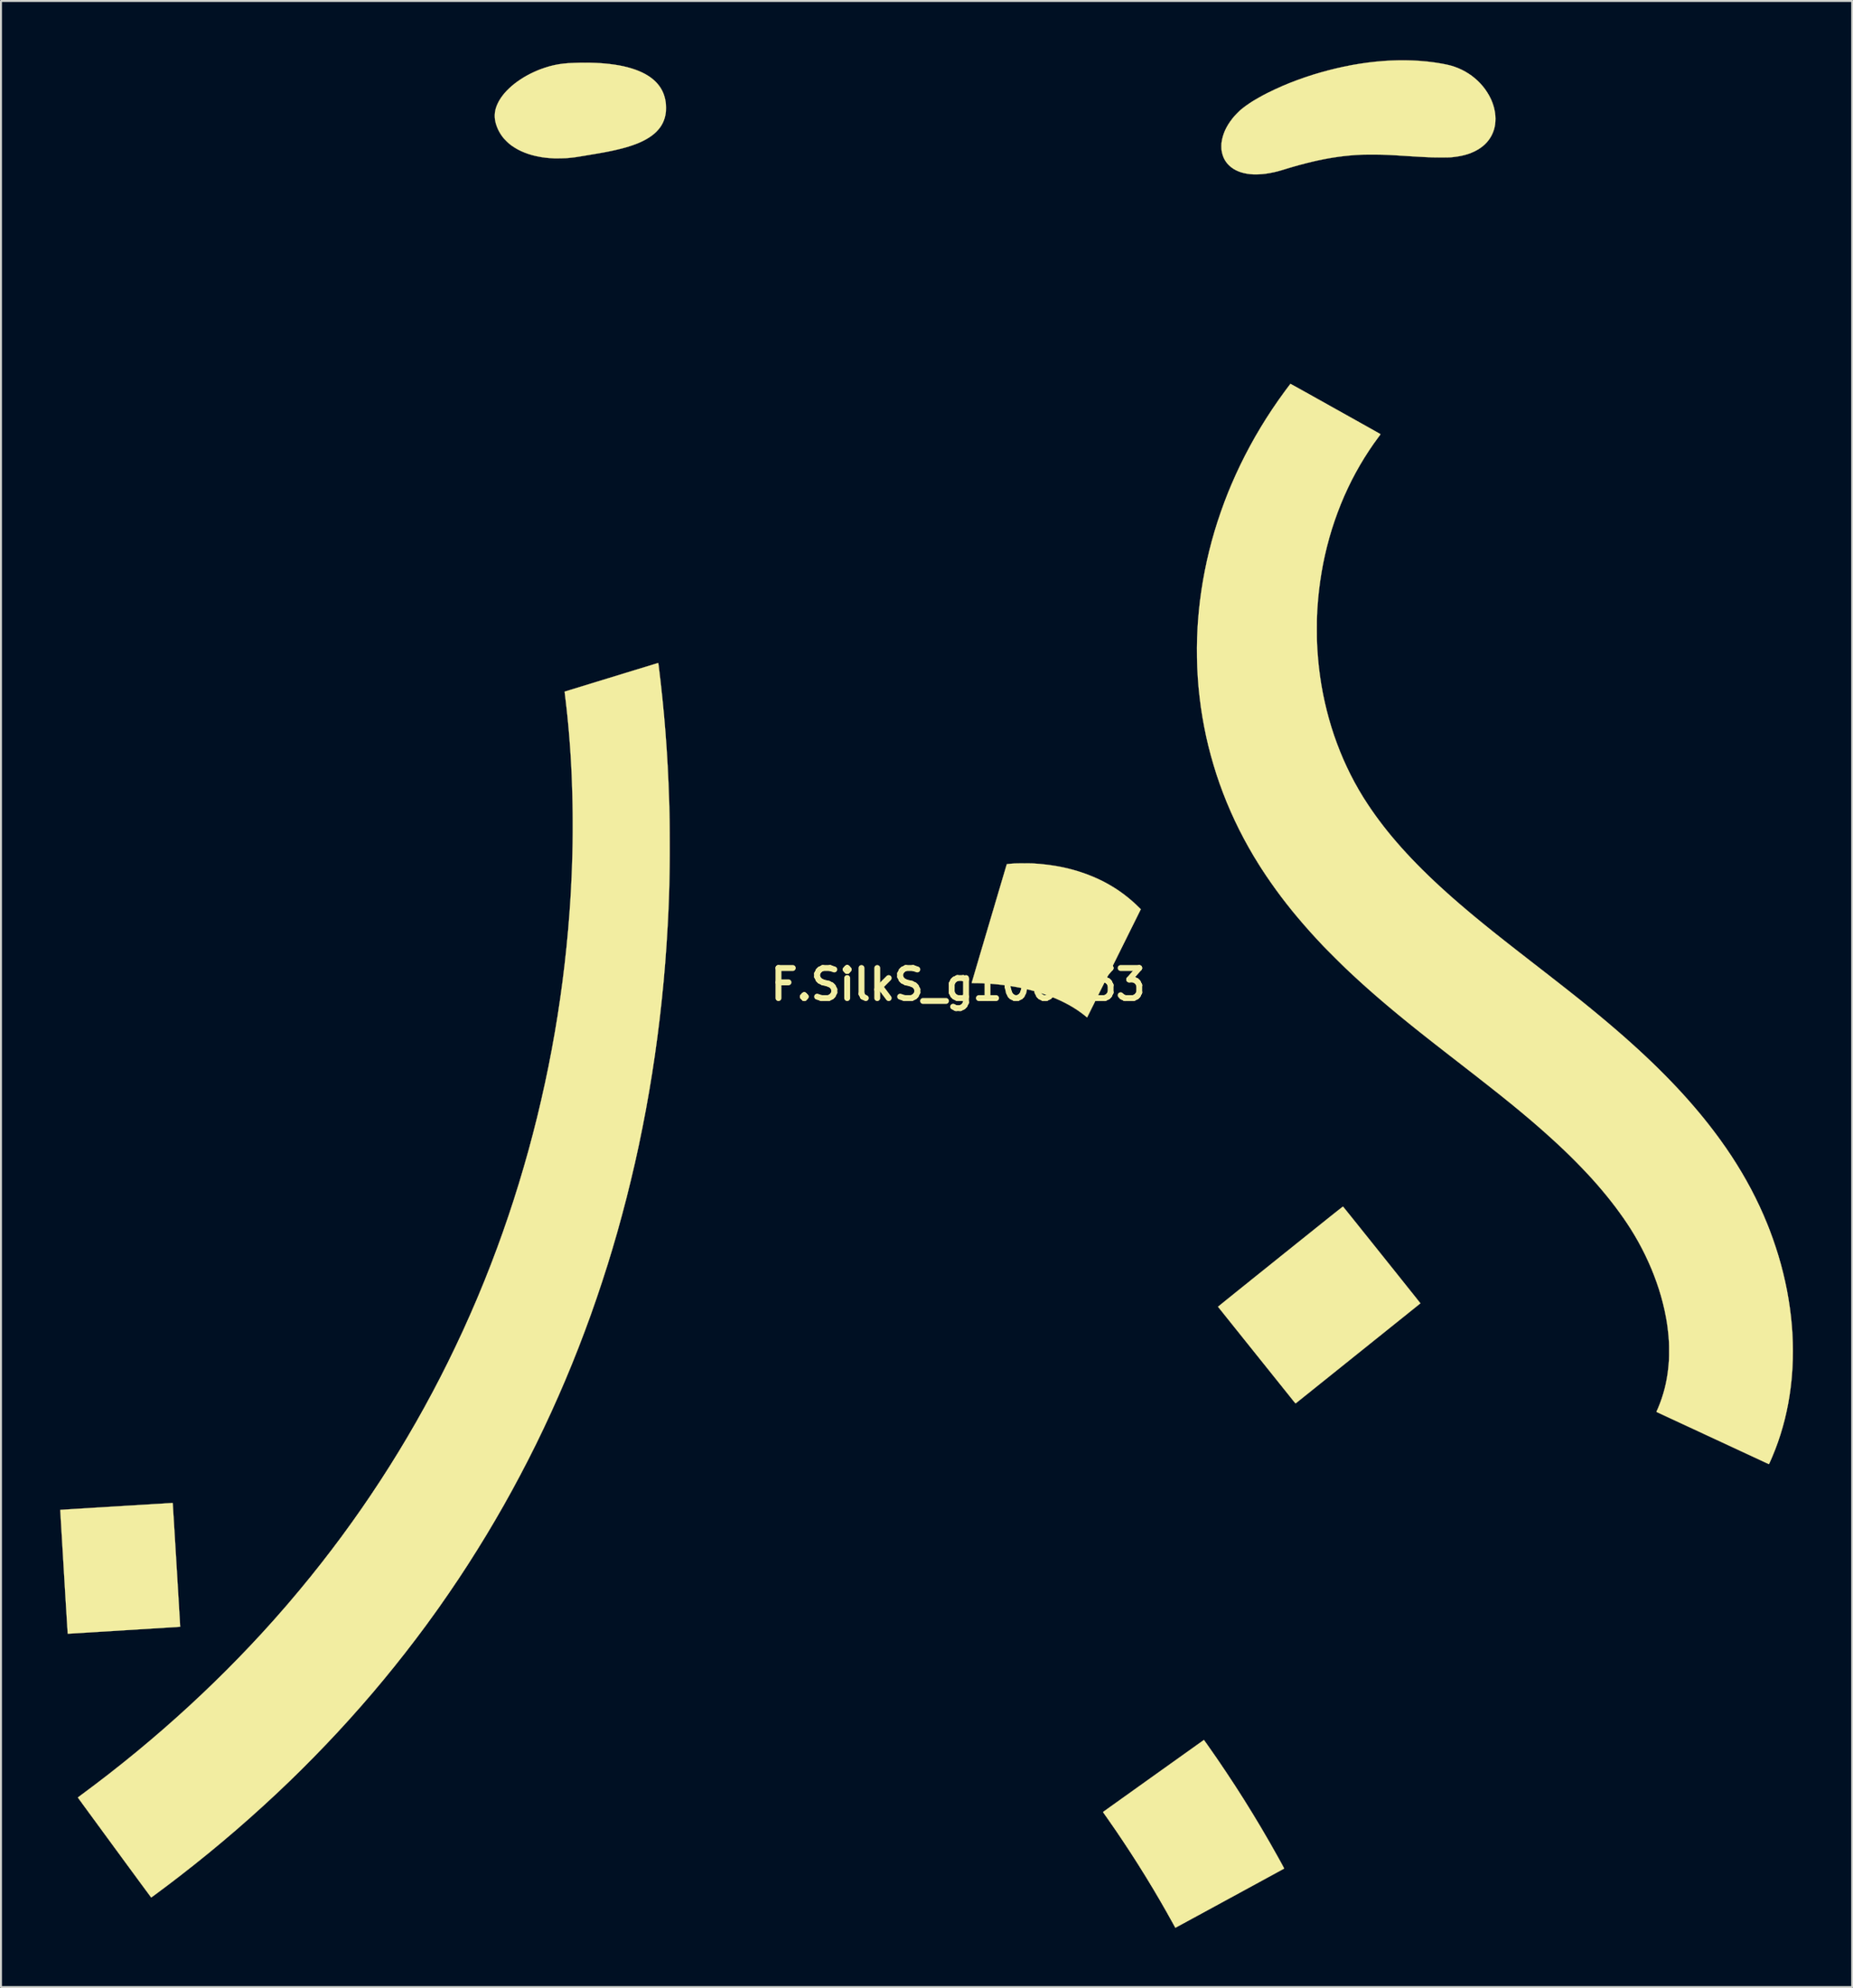
<source format=kicad_pcb>
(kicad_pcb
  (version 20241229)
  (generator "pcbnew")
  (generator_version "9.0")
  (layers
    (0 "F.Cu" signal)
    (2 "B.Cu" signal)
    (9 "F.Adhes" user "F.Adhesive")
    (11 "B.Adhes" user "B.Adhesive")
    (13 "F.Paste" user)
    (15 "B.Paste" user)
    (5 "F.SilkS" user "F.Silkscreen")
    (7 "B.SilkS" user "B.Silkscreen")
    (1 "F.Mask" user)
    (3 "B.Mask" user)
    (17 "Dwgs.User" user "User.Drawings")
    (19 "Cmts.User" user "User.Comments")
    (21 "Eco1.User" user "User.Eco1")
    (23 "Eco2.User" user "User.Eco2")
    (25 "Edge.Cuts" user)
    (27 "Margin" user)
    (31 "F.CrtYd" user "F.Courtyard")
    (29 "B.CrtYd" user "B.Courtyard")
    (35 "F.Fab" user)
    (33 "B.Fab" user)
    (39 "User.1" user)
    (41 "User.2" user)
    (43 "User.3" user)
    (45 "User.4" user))
  (footprint "F.SilkS_g100033"
    (layer "F.Cu")
    (at 45.518 46.829)
    (property "Reference" "F.SilkS_g100033" (at 0 0 0) (layer "F.SilkS") (effects (font (size 1.524 1.524) (thickness 0.3))))
    (attr through_hole)
    (fp_poly (pts (xy 3.497 -6.137) (xy 3.577 -6.137) (xy 3.653 -6.136) (xy 3.722 -6.134) (xy 3.783 -6.133) (xy 3.833 -6.13) (xy 3.858 -6.129) (xy 4.158 -6.106) (xy 4.449 -6.076) (xy 4.731 -6.039) (xy 5.007 -5.995) (xy 5.276 -5.944) (xy 5.54 -5.885) (xy 5.801 -5.818) (xy 6.059 -5.743) (xy 6.217 -5.692) (xy 6.514 -5.589) (xy 6.802 -5.476) (xy 7.082 -5.354) (xy 7.355 -5.222) (xy 7.619 -5.079) (xy 7.876 -4.927) (xy 8.126 -4.765) (xy 8.368 -4.593) (xy 8.604 -4.41) (xy 8.833 -4.217) (xy 9.055 -4.013) (xy 9.128 -3.942) (xy 9.26 -3.813) (xy 8.001 -1.276) (xy 7.916 -1.105) (xy 7.832 -0.936) (xy 7.749 -0.769) (xy 7.668 -0.605) (xy 7.588 -0.444) (xy 7.51 -0.287) (xy 7.434 -0.134) (xy 7.361 0.014) (xy 7.289 0.158) (xy 7.22 0.296) (xy 7.154 0.429) (xy 7.092 0.556) (xy 7.032 0.676) (xy 6.975 0.79) (xy 6.923 0.896) (xy 6.874 0.995) (xy 6.829 1.085) (xy 6.788 1.167) (xy 6.751 1.241) (xy 6.72 1.305) (xy 6.693 1.359) (xy 6.671 1.403) (xy 6.654 1.437) (xy 6.642 1.46) (xy 6.64 1.465) (xy 6.537 1.67) (xy 6.467 1.612) (xy 6.278 1.463) (xy 6.077 1.32) (xy 5.866 1.183) (xy 5.645 1.052) (xy 5.413 0.928) (xy 5.172 0.811) (xy 4.922 0.7) (xy 4.662 0.596) (xy 4.393 0.499) (xy 4.116 0.41) (xy 3.831 0.327) (xy 3.538 0.252) (xy 3.237 0.184) (xy 2.928 0.124) (xy 2.784 0.099) (xy 2.522 0.058) (xy 2.257 0.023) (xy 1.991 -0.007) (xy 1.727 -0.032) (xy 1.466 -0.05) (xy 1.21 -0.063) (xy 0.962 -0.069) (xy 0.849 -0.07) (xy 0.801 -0.07) (xy 0.76 -0.071) (xy 0.726 -0.072) (xy 0.702 -0.073) (xy 0.688 -0.075) (xy 0.686 -0.076) (xy 0.688 -0.082) (xy 0.693 -0.1) (xy 0.701 -0.13) (xy 0.713 -0.17) (xy 0.728 -0.221) (xy 0.746 -0.281) (xy 0.767 -0.351) (xy 0.79 -0.43) (xy 0.816 -0.518) (xy 0.844 -0.614) (xy 0.875 -0.717) (xy 0.907 -0.828) (xy 0.942 -0.946) (xy 0.979 -1.07) (xy 1.017 -1.199) (xy 1.057 -1.335) (xy 1.098 -1.475) (xy 1.141 -1.62) (xy 1.185 -1.769) (xy 1.23 -1.921) (xy 1.277 -2.077) (xy 1.323 -2.236) (xy 1.371 -2.397) (xy 1.419 -2.559) (xy 1.468 -2.724) (xy 1.517 -2.889) (xy 1.566 -3.054) (xy 1.615 -3.22) (xy 1.664 -3.386) (xy 1.712 -3.55) (xy 1.761 -3.714) (xy 1.809 -3.875) (xy 1.856 -4.035) (xy 1.902 -4.192) (xy 1.948 -4.346) (xy 1.993 -4.496) (xy 2.036 -4.643) (xy 2.078 -4.785) (xy 2.119 -4.922) (xy 2.158 -5.054) (xy 2.195 -5.18) (xy 2.231 -5.3) (xy 2.264 -5.413) (xy 2.296 -5.519) (xy 2.325 -5.618) (xy 2.352 -5.709) (xy 2.377 -5.791) (xy 2.398 -5.865) (xy 2.417 -5.929) (xy 2.434 -5.983) (xy 2.447 -6.027) (xy 2.457 -6.061) (xy 2.464 -6.083) (xy 2.467 -6.094) (xy 2.467 -6.095) (xy 2.475 -6.097) (xy 2.494 -6.1) (xy 2.522 -6.103) (xy 2.559 -6.107) (xy 2.602 -6.111) (xy 2.65 -6.116) (xy 2.702 -6.12) (xy 2.757 -6.125) (xy 2.772 -6.126) (xy 2.814 -6.128) (xy 2.867 -6.131) (xy 2.929 -6.133) (xy 3 -6.134) (xy 3.076 -6.136) (xy 3.157 -6.137) (xy 3.242 -6.137) (xy 3.328 -6.138) (xy 3.413 -6.138) (xy 3.497 -6.137)) (stroke (width 0.01) (type solid)) (fill yes) (layer "F.SilkS"))
    (fp_poly (pts (xy 12.463 38.283) (xy 12.474 38.297) (xy 12.491 38.32) (xy 12.513 38.35) (xy 12.539 38.386) (xy 12.569 38.427) (xy 12.601 38.472) (xy 12.622 38.502) (xy 13.109 39.2) (xy 13.584 39.902) (xy 14.048 40.606) (xy 14.5 41.314) (xy 14.942 42.028) (xy 15.374 42.747) (xy 15.797 43.473) (xy 16.211 44.206) (xy 16.427 44.598) (xy 16.451 44.643) (xy 16.473 44.684) (xy 16.492 44.721) (xy 16.508 44.751) (xy 16.518 44.774) (xy 16.524 44.788) (xy 16.525 44.792) (xy 16.519 44.796) (xy 16.503 44.805) (xy 16.476 44.82) (xy 16.439 44.84) (xy 16.392 44.865) (xy 16.337 44.896) (xy 16.273 44.931) (xy 16.2 44.97) (xy 16.12 45.014) (xy 16.032 45.062) (xy 15.937 45.113) (xy 15.836 45.169) (xy 15.728 45.227) (xy 15.615 45.289) (xy 15.496 45.354) (xy 15.372 45.421) (xy 15.244 45.491) (xy 15.111 45.563) (xy 14.974 45.638) (xy 14.835 45.714) (xy 14.692 45.791) (xy 14.547 45.87) (xy 14.399 45.951) (xy 14.25 46.032) (xy 14.1 46.114) (xy 13.949 46.196) (xy 13.797 46.278) (xy 13.645 46.361) (xy 13.494 46.443) (xy 13.343 46.525) (xy 13.193 46.607) (xy 13.045 46.687) (xy 12.899 46.767) (xy 12.756 46.845) (xy 12.615 46.921) (xy 12.477 46.996) (xy 12.343 47.069) (xy 12.213 47.14) (xy 12.087 47.208) (xy 11.967 47.274) (xy 11.851 47.336) (xy 11.742 47.396) (xy 11.638 47.452) (xy 11.541 47.505) (xy 11.45 47.554) (xy 11.367 47.599) (xy 11.292 47.64) (xy 11.225 47.677) (xy 11.166 47.708) (xy 11.117 47.735) (xy 11.076 47.757) (xy 11.046 47.774) (xy 11.026 47.785) (xy 11.016 47.79) (xy 11.015 47.79) (xy 11.01 47.785) (xy 11.002 47.773) (xy 11 47.769) (xy 10.993 47.759) (xy 10.982 47.738) (xy 10.966 47.71) (xy 10.947 47.676) (xy 10.925 47.636) (xy 10.902 47.594) (xy 10.897 47.584) (xy 10.565 46.989) (xy 10.222 46.391) (xy 9.869 45.793) (xy 9.507 45.196) (xy 9.136 44.601) (xy 8.758 44.011) (xy 8.372 43.425) (xy 7.982 42.846) (xy 7.586 42.276) (xy 7.444 42.074) (xy 7.414 42.031) (xy 7.39 41.998) (xy 7.373 41.972) (xy 7.361 41.953) (xy 7.353 41.94) (xy 7.35 41.931) (xy 7.349 41.926) (xy 7.351 41.922) (xy 7.352 41.921) (xy 7.359 41.916) (xy 7.375 41.904) (xy 7.401 41.885) (xy 7.436 41.86) (xy 7.48 41.829) (xy 7.533 41.791) (xy 7.593 41.748) (xy 7.661 41.699) (xy 7.736 41.645) (xy 7.818 41.587) (xy 7.907 41.523) (xy 8.001 41.456) (xy 8.102 41.384) (xy 8.208 41.308) (xy 8.318 41.229) (xy 8.434 41.147) (xy 8.553 41.062) (xy 8.676 40.974) (xy 8.803 40.883) (xy 8.933 40.79) (xy 9.065 40.696) (xy 9.2 40.599) (xy 9.337 40.502) (xy 9.475 40.403) (xy 9.615 40.304) (xy 9.755 40.203) (xy 9.896 40.103) (xy 10.036 40.003) (xy 10.177 39.903) (xy 10.316 39.803) (xy 10.455 39.704) (xy 10.592 39.607) (xy 10.727 39.51) (xy 10.86 39.415) (xy 10.99 39.323) (xy 11.117 39.232) (xy 11.241 39.144) (xy 11.361 39.058) (xy 11.477 38.975) (xy 11.588 38.896) (xy 11.695 38.82) (xy 11.796 38.748) (xy 11.891 38.68) (xy 11.981 38.617) (xy 12.063 38.558) (xy 12.14 38.503) (xy 12.209 38.454) (xy 12.27 38.411) (xy 12.323 38.373) (xy 12.368 38.341) (xy 12.405 38.315) (xy 12.432 38.296) (xy 12.45 38.283) (xy 12.457 38.278) (xy 12.458 38.278) (xy 12.463 38.283)) (stroke (width 0.01) (type solid)) (fill yes) (layer "F.SilkS"))
    (fp_poly (pts (xy -18.648 -46.7) (xy -18.394 -46.692) (xy -18.19 -46.682) (xy -17.925 -46.662) (xy -17.671 -46.636) (xy -17.428 -46.604) (xy -17.194 -46.566) (xy -16.972 -46.522) (xy -16.76 -46.471) (xy -16.558 -46.414) (xy -16.367 -46.351) (xy -16.187 -46.282) (xy -16.018 -46.207) (xy -15.86 -46.126) (xy -15.713 -46.039) (xy -15.576 -45.946) (xy -15.451 -45.846) (xy -15.337 -45.741) (xy -15.335 -45.739) (xy -15.234 -45.63) (xy -15.143 -45.516) (xy -15.064 -45.397) (xy -14.996 -45.273) (xy -14.938 -45.142) (xy -14.891 -45.005) (xy -14.853 -44.86) (xy -14.826 -44.708) (xy -14.824 -44.694) (xy -14.819 -44.652) (xy -14.815 -44.601) (xy -14.812 -44.542) (xy -14.81 -44.478) (xy -14.809 -44.414) (xy -14.81 -44.351) (xy -14.811 -44.291) (xy -14.813 -44.239) (xy -14.817 -44.197) (xy -14.817 -44.194) (xy -14.839 -44.05) (xy -14.872 -43.913) (xy -14.916 -43.781) (xy -14.97 -43.655) (xy -15.035 -43.534) (xy -15.112 -43.419) (xy -15.2 -43.308) (xy -15.299 -43.202) (xy -15.409 -43.101) (xy -15.532 -43.005) (xy -15.666 -42.912) (xy -15.812 -42.824) (xy -15.849 -42.804) (xy -15.967 -42.742) (xy -16.093 -42.682) (xy -16.226 -42.624) (xy -16.368 -42.569) (xy -16.517 -42.515) (xy -16.676 -42.463) (xy -16.845 -42.412) (xy -17.023 -42.363) (xy -17.212 -42.316) (xy -17.412 -42.269) (xy -17.623 -42.224) (xy -17.846 -42.179) (xy -17.977 -42.155) (xy -18.018 -42.147) (xy -18.071 -42.138) (xy -18.132 -42.127) (xy -18.202 -42.115) (xy -18.279 -42.101) (xy -18.361 -42.087) (xy -18.448 -42.073) (xy -18.538 -42.057) (xy -18.63 -42.042) (xy -18.722 -42.026) (xy -18.813 -42.011) (xy -18.903 -41.996) (xy -18.989 -41.982) (xy -19.07 -41.968) (xy -19.146 -41.956) (xy -19.214 -41.945) (xy -19.274 -41.935) (xy -19.325 -41.927) (xy -19.364 -41.921) (xy -19.371 -41.92) (xy -19.465 -41.907) (xy -19.569 -41.895) (xy -19.678 -41.883) (xy -19.788 -41.873) (xy -19.844 -41.869) (xy -19.877 -41.866) (xy -19.919 -41.864) (xy -19.97 -41.863) (xy -20.027 -41.861) (xy -20.088 -41.859) (xy -20.151 -41.858) (xy -20.214 -41.857) (xy -20.276 -41.856) (xy -20.334 -41.855) (xy -20.386 -41.855) (xy -20.431 -41.855) (xy -20.467 -41.856) (xy -20.485 -41.857) (xy -20.589 -41.863) (xy -20.683 -41.869) (xy -20.769 -41.876) (xy -20.848 -41.883) (xy -20.924 -41.891) (xy -20.997 -41.901) (xy -21.071 -41.911) (xy -21.147 -41.923) (xy -21.184 -41.93) (xy -21.392 -41.971) (xy -21.593 -42.02) (xy -21.786 -42.079) (xy -21.971 -42.146) (xy -22.148 -42.221) (xy -22.316 -42.304) (xy -22.474 -42.396) (xy -22.624 -42.495) (xy -22.723 -42.571) (xy -22.766 -42.606) (xy -22.814 -42.649) (xy -22.864 -42.696) (xy -22.915 -42.746) (xy -22.964 -42.797) (xy -23.01 -42.845) (xy -23.049 -42.89) (xy -23.078 -42.926) (xy -23.171 -43.054) (xy -23.251 -43.185) (xy -23.32 -43.318) (xy -23.378 -43.455) (xy -23.426 -43.598) (xy -23.445 -43.667) (xy -23.472 -43.797) (xy -23.486 -43.926) (xy -23.488 -44.053) (xy -23.478 -44.181) (xy -23.455 -44.309) (xy -23.434 -44.39) (xy -23.39 -44.519) (xy -23.334 -44.648) (xy -23.266 -44.777) (xy -23.187 -44.904) (xy -23.097 -45.031) (xy -22.996 -45.156) (xy -22.885 -45.279) (xy -22.764 -45.399) (xy -22.635 -45.517) (xy -22.496 -45.631) (xy -22.349 -45.742) (xy -22.194 -45.849) (xy -22.032 -45.952) (xy -21.862 -46.05) (xy -21.686 -46.143) (xy -21.503 -46.231) (xy -21.315 -46.313) (xy -21.19 -46.363) (xy -20.955 -46.446) (xy -20.719 -46.518) (xy -20.481 -46.577) (xy -20.243 -46.623) (xy -20.004 -46.656) (xy -19.765 -46.677) (xy -19.739 -46.679) (xy -19.457 -46.692) (xy -19.181 -46.7) (xy -18.911 -46.702) (xy -18.648 -46.7)) (stroke (width 0.01) (type solid)) (fill yes) (layer "F.SilkS"))
    (fp_poly (pts (xy 23.018 -46.815) (xy 23.38 -46.795) (xy 23.737 -46.764) (xy 23.854 -46.751) (xy 23.994 -46.734) (xy 24.134 -46.716) (xy 24.272 -46.695) (xy 24.407 -46.673) (xy 24.536 -46.651) (xy 24.659 -46.627) (xy 24.774 -46.603) (xy 24.879 -46.579) (xy 24.974 -46.554) (xy 24.987 -46.551) (xy 25.175 -46.492) (xy 25.358 -46.422) (xy 25.535 -46.342) (xy 25.707 -46.251) (xy 25.873 -46.15) (xy 26.032 -46.041) (xy 26.183 -45.922) (xy 26.327 -45.795) (xy 26.463 -45.659) (xy 26.589 -45.516) (xy 26.707 -45.366) (xy 26.814 -45.209) (xy 26.912 -45.046) (xy 26.998 -44.877) (xy 27.037 -44.793) (xy 27.097 -44.639) (xy 27.147 -44.484) (xy 27.186 -44.328) (xy 27.214 -44.172) (xy 27.232 -44.017) (xy 27.238 -43.864) (xy 27.233 -43.713) (xy 27.218 -43.566) (xy 27.191 -43.423) (xy 27.155 -43.291) (xy 27.103 -43.151) (xy 27.042 -43.018) (xy 26.969 -42.892) (xy 26.886 -42.773) (xy 26.793 -42.661) (xy 26.689 -42.555) (xy 26.575 -42.457) (xy 26.451 -42.367) (xy 26.317 -42.284) (xy 26.173 -42.208) (xy 26.02 -42.14) (xy 25.857 -42.079) (xy 25.845 -42.075) (xy 25.71 -42.035) (xy 25.567 -41.999) (xy 25.416 -41.968) (xy 25.255 -41.942) (xy 25.084 -41.92) (xy 24.968 -41.909) (xy 24.939 -41.907) (xy 24.899 -41.905) (xy 24.85 -41.904) (xy 24.791 -41.903) (xy 24.726 -41.902) (xy 24.655 -41.901) (xy 24.579 -41.901) (xy 24.501 -41.901) (xy 24.421 -41.901) (xy 24.341 -41.901) (xy 24.263 -41.902) (xy 24.187 -41.903) (xy 24.116 -41.904) (xy 24.05 -41.905) (xy 23.991 -41.907) (xy 23.946 -41.909) (xy 23.638 -41.923) (xy 23.323 -41.94) (xy 23.004 -41.959) (xy 22.87 -41.967) (xy 22.718 -41.977) (xy 22.578 -41.986) (xy 22.449 -41.994) (xy 22.329 -42.001) (xy 22.22 -42.008) (xy 22.118 -42.014) (xy 22.024 -42.019) (xy 21.936 -42.024) (xy 21.855 -42.028) (xy 21.778 -42.032) (xy 21.705 -42.035) (xy 21.635 -42.038) (xy 21.567 -42.04) (xy 21.501 -42.042) (xy 21.435 -42.043) (xy 21.369 -42.044) (xy 21.302 -42.045) (xy 21.233 -42.046) (xy 21.16 -42.046) (xy 21.084 -42.046) (xy 21.003 -42.046) (xy 20.99 -42.046) (xy 20.889 -42.046) (xy 20.799 -42.046) (xy 20.719 -42.046) (xy 20.647 -42.045) (xy 20.581 -42.044) (xy 20.521 -42.043) (xy 20.464 -42.042) (xy 20.41 -42.04) (xy 20.356 -42.037) (xy 20.301 -42.034) (xy 20.244 -42.031) (xy 20.183 -42.027) (xy 20.116 -42.023) (xy 20.091 -42.021) (xy 19.833 -42) (xy 19.573 -41.973) (xy 19.312 -41.941) (xy 19.048 -41.902) (xy 18.78 -41.858) (xy 18.509 -41.807) (xy 18.232 -41.75) (xy 17.95 -41.686) (xy 17.661 -41.615) (xy 17.364 -41.538) (xy 17.059 -41.453) (xy 16.745 -41.361) (xy 16.608 -41.319) (xy 16.513 -41.29) (xy 16.429 -41.265) (xy 16.354 -41.243) (xy 16.286 -41.224) (xy 16.223 -41.206) (xy 16.165 -41.191) (xy 16.109 -41.177) (xy 16.054 -41.164) (xy 15.999 -41.151) (xy 15.997 -41.151) (xy 15.804 -41.112) (xy 15.613 -41.081) (xy 15.427 -41.06) (xy 15.246 -41.047) (xy 15.072 -41.043) (xy 14.945 -41.046) (xy 14.782 -41.059) (xy 14.627 -41.081) (xy 14.478 -41.112) (xy 14.337 -41.151) (xy 14.203 -41.2) (xy 14.078 -41.257) (xy 13.962 -41.322) (xy 13.855 -41.396) (xy 13.827 -41.418) (xy 13.731 -41.503) (xy 13.645 -41.594) (xy 13.57 -41.692) (xy 13.505 -41.797) (xy 13.451 -41.909) (xy 13.408 -42.028) (xy 13.375 -42.155) (xy 13.356 -42.253) (xy 13.352 -42.292) (xy 13.348 -42.341) (xy 13.346 -42.397) (xy 13.345 -42.455) (xy 13.345 -42.513) (xy 13.347 -42.568) (xy 13.35 -42.617) (xy 13.353 -42.653) (xy 13.38 -42.81) (xy 13.418 -42.965) (xy 13.468 -43.118) (xy 13.529 -43.269) (xy 13.603 -43.419) (xy 13.688 -43.567) (xy 13.786 -43.716) (xy 13.896 -43.864) (xy 13.96 -43.942) (xy 13.993 -43.981) (xy 14.033 -44.025) (xy 14.077 -44.072) (xy 14.124 -44.121) (xy 14.173 -44.171) (xy 14.221 -44.218) (xy 14.266 -44.262) (xy 14.307 -44.3) (xy 14.342 -44.33) (xy 14.348 -44.335) (xy 14.475 -44.436) (xy 14.611 -44.537) (xy 14.756 -44.637) (xy 14.911 -44.738) (xy 15.076 -44.838) (xy 15.253 -44.94) (xy 15.44 -45.043) (xy 15.639 -45.147) (xy 15.735 -45.195) (xy 16.086 -45.364) (xy 16.448 -45.526) (xy 16.818 -45.679) (xy 17.199 -45.825) (xy 17.588 -45.963) (xy 17.987 -46.093) (xy 18.374 -46.208) (xy 18.773 -46.317) (xy 19.172 -46.416) (xy 19.569 -46.504) (xy 19.964 -46.582) (xy 20.358 -46.649) (xy 20.748 -46.705) (xy 21.136 -46.75) (xy 21.521 -46.785) (xy 21.902 -46.809) (xy 22.279 -46.822) (xy 22.651 -46.824) (xy 23.018 -46.815)) (stroke (width 0.01) (type solid)) (fill yes) (layer "F.SilkS"))
    (fp_poly (pts (xy -39.812 26.299) (xy -39.811 26.309) (xy -39.81 26.332) (xy -39.808 26.366) (xy -39.805 26.411) (xy -39.801 26.466) (xy -39.797 26.532) (xy -39.792 26.608) (xy -39.787 26.693) (xy -39.781 26.786) (xy -39.775 26.888) (xy -39.768 26.998) (xy -39.761 27.115) (xy -39.753 27.24) (xy -39.745 27.37) (xy -39.737 27.507) (xy -39.728 27.649) (xy -39.719 27.797) (xy -39.71 27.948) (xy -39.7 28.104) (xy -39.691 28.264) (xy -39.681 28.427) (xy -39.671 28.593) (xy -39.661 28.761) (xy -39.65 28.93) (xy -39.64 29.101) (xy -39.63 29.273) (xy -39.619 29.445) (xy -39.609 29.618) (xy -39.598 29.789) (xy -39.588 29.96) (xy -39.578 30.129) (xy -39.568 30.296) (xy -39.558 30.461) (xy -39.548 30.623) (xy -39.539 30.782) (xy -39.529 30.937) (xy -39.52 31.087) (xy -39.512 31.233) (xy -39.503 31.374) (xy -39.495 31.509) (xy -39.488 31.638) (xy -39.48 31.76) (xy -39.474 31.875) (xy -39.467 31.983) (xy -39.461 32.082) (xy -39.456 32.173) (xy -39.451 32.256) (xy -39.447 32.328) (xy -39.443 32.391) (xy -39.441 32.444) (xy -39.438 32.486) (xy -39.437 32.516) (xy -39.436 32.535) (xy -39.435 32.542) (xy -39.435 32.542) (xy -39.442 32.542) (xy -39.461 32.543) (xy -39.491 32.545) (xy -39.532 32.548) (xy -39.585 32.552) (xy -39.647 32.556) (xy -39.719 32.56) (xy -39.801 32.565) (xy -39.891 32.571) (xy -39.99 32.577) (xy -40.096 32.584) (xy -40.21 32.591) (xy -40.33 32.599) (xy -40.457 32.606) (xy -40.589 32.615) (xy -40.727 32.623) (xy -40.87 32.632) (xy -41.017 32.641) (xy -41.168 32.651) (xy -41.322 32.66) (xy -41.48 32.67) (xy -41.639 32.68) (xy -41.801 32.69) (xy -41.964 32.7) (xy -42.128 32.71) (xy -42.292 32.72) (xy -42.457 32.73) (xy -42.62 32.741) (xy -42.783 32.751) (xy -42.945 32.761) (xy -43.104 32.77) (xy -43.261 32.78) (xy -43.414 32.789) (xy -43.565 32.799) (xy -43.711 32.808) (xy -43.853 32.816) (xy -43.99 32.825) (xy -44.122 32.833) (xy -44.248 32.841) (xy -44.367 32.848) (xy -44.479 32.855) (xy -44.584 32.861) (xy -44.681 32.867) (xy -44.77 32.872) (xy -44.85 32.877) (xy -44.921 32.881) (xy -44.982 32.885) (xy -45.032 32.888) (xy -45.072 32.89) (xy -45.1 32.892) (xy -45.117 32.893) (xy -45.121 32.893) (xy -45.128 32.892) (xy -45.132 32.887) (xy -45.135 32.876) (xy -45.137 32.856) (xy -45.138 32.841) (xy -45.14 32.82) (xy -45.142 32.789) (xy -45.145 32.746) (xy -45.148 32.692) (xy -45.152 32.628) (xy -45.157 32.554) (xy -45.162 32.471) (xy -45.168 32.379) (xy -45.174 32.278) (xy -45.181 32.17) (xy -45.188 32.054) (xy -45.195 31.931) (xy -45.203 31.801) (xy -45.211 31.666) (xy -45.22 31.525) (xy -45.229 31.378) (xy -45.238 31.227) (xy -45.248 31.072) (xy -45.257 30.913) (xy -45.267 30.751) (xy -45.277 30.586) (xy -45.287 30.418) (xy -45.297 30.249) (xy -45.308 30.079) (xy -45.318 29.907) (xy -45.328 29.735) (xy -45.339 29.563) (xy -45.349 29.391) (xy -45.359 29.221) (xy -45.369 29.051) (xy -45.379 28.884) (xy -45.389 28.719) (xy -45.399 28.557) (xy -45.408 28.398) (xy -45.418 28.242) (xy -45.427 28.091) (xy -45.435 27.945) (xy -45.444 27.804) (xy -45.452 27.668) (xy -45.46 27.539) (xy -45.467 27.416) (xy -45.474 27.3) (xy -45.48 27.191) (xy -45.486 27.09) (xy -45.491 26.998) (xy -45.496 26.915) (xy -45.5 26.841) (xy -45.504 26.777) (xy -45.507 26.723) (xy -45.51 26.68) (xy -45.511 26.648) (xy -45.512 26.628) (xy -45.513 26.62) (xy -45.512 26.619) (xy -45.506 26.619) (xy -45.487 26.617) (xy -45.456 26.615) (xy -45.414 26.612) (xy -45.361 26.609) (xy -45.297 26.605) (xy -45.223 26.6) (xy -45.139 26.595) (xy -45.045 26.589) (xy -44.943 26.582) (xy -44.832 26.575) (xy -44.712 26.568) (xy -44.585 26.56) (xy -44.451 26.552) (xy -44.309 26.543) (xy -44.161 26.534) (xy -44.007 26.524) (xy -43.846 26.514) (xy -43.681 26.504) (xy -43.511 26.494) (xy -43.335 26.483) (xy -43.156 26.472) (xy -42.973 26.461) (xy -42.787 26.449) (xy -42.715 26.445) (xy -42.527 26.434) (xy -42.342 26.422) (xy -42.161 26.411) (xy -41.983 26.4) (xy -41.809 26.39) (xy -41.641 26.38) (xy -41.477 26.37) (xy -41.319 26.36) (xy -41.166 26.351) (xy -41.02 26.342) (xy -40.881 26.333) (xy -40.749 26.325) (xy -40.624 26.318) (xy -40.508 26.311) (xy -40.399 26.304) (xy -40.3 26.298) (xy -40.21 26.292) (xy -40.129 26.287) (xy -40.059 26.283) (xy -39.999 26.279) (xy -39.949 26.276) (xy -39.912 26.274) (xy -39.885 26.273) (xy -39.871 26.272) (xy -39.869 26.272) (xy -39.816 26.268) (xy -39.812 26.299)) (stroke (width 0.01) (type solid)) (fill yes) (layer "F.SilkS"))
    (fp_poly (pts (xy 19.513 11.256) (xy 19.513 11.256) (xy 19.52 11.264) (xy 19.534 11.28) (xy 19.555 11.306) (xy 19.583 11.341) (xy 19.617 11.384) (xy 19.658 11.435) (xy 19.706 11.494) (xy 19.759 11.56) (xy 19.817 11.632) (xy 19.881 11.712) (xy 19.95 11.797) (xy 20.023 11.889) (xy 20.101 11.985) (xy 20.183 12.087) (xy 20.268 12.194) (xy 20.357 12.305) (xy 20.449 12.42) (xy 20.544 12.539) (xy 20.642 12.661) (xy 20.742 12.785) (xy 20.844 12.913) (xy 20.948 13.042) (xy 21.053 13.174) (xy 21.159 13.306) (xy 21.266 13.44) (xy 21.374 13.575) (xy 21.482 13.71) (xy 21.59 13.844) (xy 21.697 13.979) (xy 21.804 14.113) (xy 21.911 14.245) (xy 22.016 14.377) (xy 22.119 14.506) (xy 22.221 14.633) (xy 22.32 14.758) (xy 22.418 14.88) (xy 22.512 14.998) (xy 22.604 15.113) (xy 22.692 15.223) (xy 22.777 15.33) (xy 22.858 15.431) (xy 22.935 15.528) (xy 23.008 15.619) (xy 23.076 15.704) (xy 23.139 15.783) (xy 23.197 15.855) (xy 23.249 15.921) (xy 23.295 15.979) (xy 23.335 16.03) (xy 23.369 16.072) (xy 23.396 16.106) (xy 23.416 16.132) (xy 23.428 16.148) (xy 23.433 16.154) (xy 23.433 16.155) (xy 23.428 16.159) (xy 23.413 16.171) (xy 23.388 16.191) (xy 23.355 16.217) (xy 23.313 16.251) (xy 23.263 16.291) (xy 23.205 16.338) (xy 23.139 16.391) (xy 23.066 16.449) (xy 22.986 16.514) (xy 22.899 16.583) (xy 22.806 16.658) (xy 22.707 16.738) (xy 22.602 16.822) (xy 22.491 16.91) (xy 22.376 17.003) (xy 22.255 17.099) (xy 22.131 17.199) (xy 22.002 17.303) (xy 21.869 17.409) (xy 21.733 17.518) (xy 21.594 17.63) (xy 21.452 17.744) (xy 21.307 17.86) (xy 21.16 17.977) (xy 21.011 18.097) (xy 20.861 18.217) (xy 20.71 18.339) (xy 20.557 18.461) (xy 20.404 18.584) (xy 20.251 18.706) (xy 20.097 18.829) (xy 19.944 18.952) (xy 19.792 19.074) (xy 19.641 19.195) (xy 19.491 19.315) (xy 19.343 19.434) (xy 19.196 19.551) (xy 19.052 19.667) (xy 18.911 19.78) (xy 18.772 19.891) (xy 18.637 20) (xy 18.506 20.105) (xy 18.378 20.207) (xy 18.254 20.306) (xy 18.135 20.402) (xy 18.021 20.493) (xy 17.912 20.581) (xy 17.809 20.664) (xy 17.711 20.742) (xy 17.619 20.815) (xy 17.534 20.883) (xy 17.456 20.946) (xy 17.385 21.003) (xy 17.321 21.054) (xy 17.265 21.099) (xy 17.217 21.137) (xy 17.177 21.169) (xy 17.146 21.194) (xy 17.124 21.211) (xy 17.112 21.221) (xy 17.109 21.224) (xy 17.102 21.22) (xy 17.088 21.207) (xy 17.067 21.184) (xy 17.04 21.151) (xy 17.013 21.119) (xy 16.95 21.041) (xy 16.883 20.956) (xy 16.81 20.865) (xy 16.733 20.769) (xy 16.652 20.668) (xy 16.566 20.561) (xy 16.477 20.45) (xy 16.385 20.335) (xy 16.289 20.216) (xy 16.191 20.093) (xy 16.09 19.967) (xy 15.987 19.839) (xy 15.882 19.708) (xy 15.775 19.574) (xy 15.667 19.44) (xy 15.558 19.303) (xy 15.448 19.166) (xy 15.337 19.028) (xy 15.226 18.889) (xy 15.115 18.751) (xy 15.005 18.613) (xy 14.895 18.476) (xy 14.786 18.34) (xy 14.678 18.205) (xy 14.571 18.072) (xy 14.467 17.942) (xy 14.364 17.814) (xy 14.264 17.688) (xy 14.166 17.566) (xy 14.071 17.448) (xy 13.979 17.333) (xy 13.891 17.223) (xy 13.806 17.118) (xy 13.726 17.017) (xy 13.65 16.922) (xy 13.578 16.832) (xy 13.511 16.749) (xy 13.45 16.672) (xy 13.394 16.602) (xy 13.343 16.539) (xy 13.299 16.484) (xy 13.261 16.436) (xy 13.229 16.397) (xy 13.204 16.366) (xy 13.187 16.344) (xy 13.177 16.331) (xy 13.174 16.328) (xy 13.179 16.323) (xy 13.193 16.311) (xy 13.218 16.291) (xy 13.252 16.263) (xy 13.295 16.227) (xy 13.348 16.184) (xy 13.411 16.133) (xy 13.483 16.075) (xy 13.564 16.009) (xy 13.655 15.936) (xy 13.755 15.855) (xy 13.864 15.767) (xy 13.982 15.672) (xy 14.109 15.57) (xy 14.245 15.461) (xy 14.39 15.344) (xy 14.543 15.221) (xy 14.706 15.091) (xy 14.876 14.953) (xy 15.056 14.809) (xy 15.244 14.658) (xy 15.44 14.501) (xy 15.645 14.337) (xy 15.858 14.166) (xy 16.079 13.989) (xy 16.308 13.805) (xy 16.336 13.782) (xy 16.548 13.612) (xy 16.751 13.45) (xy 16.944 13.295) (xy 17.127 13.148) (xy 17.302 13.008) (xy 17.468 12.875) (xy 17.626 12.749) (xy 17.775 12.629) (xy 17.916 12.516) (xy 18.049 12.41) (xy 18.174 12.309) (xy 18.293 12.215) (xy 18.403 12.126) (xy 18.507 12.043) (xy 18.605 11.965) (xy 18.695 11.892) (xy 18.78 11.825) (xy 18.858 11.762) (xy 18.931 11.704) (xy 18.998 11.651) (xy 19.059 11.602) (xy 19.116 11.557) (xy 19.167 11.516) (xy 19.214 11.479) (xy 19.257 11.446) (xy 19.295 11.416) (xy 19.329 11.389) (xy 19.359 11.365) (xy 19.386 11.345) (xy 19.409 11.327) (xy 19.43 11.311) (xy 19.447 11.298) (xy 19.462 11.287) (xy 19.474 11.278) (xy 19.484 11.271) (xy 19.493 11.265) (xy 19.499 11.261) (xy 19.504 11.258) (xy 19.508 11.256) (xy 19.51 11.256) (xy 19.512 11.255) (xy 19.513 11.256)) (stroke (width 0.01) (type solid)) (fill yes) (layer "F.SilkS"))
    (fp_poly (pts (xy -15.203 -16.284) (xy -15.199 -16.271) (xy -15.194 -16.248) (xy -15.189 -16.215) (xy -15.183 -16.171) (xy -15.18 -16.15) (xy -15.079 -15.303) (xy -14.988 -14.458) (xy -14.907 -13.613) (xy -14.836 -12.767) (xy -14.775 -11.919) (xy -14.724 -11.067) (xy -14.683 -10.209) (xy -14.651 -9.345) (xy -14.643 -9.068) (xy -14.64 -8.965) (xy -14.638 -8.869) (xy -14.636 -8.779) (xy -14.633 -8.692) (xy -14.632 -8.608) (xy -14.63 -8.526) (xy -14.629 -8.445) (xy -14.627 -8.363) (xy -14.626 -8.279) (xy -14.625 -8.193) (xy -14.624 -8.102) (xy -14.623 -8.006) (xy -14.622 -7.904) (xy -14.622 -7.794) (xy -14.621 -7.676) (xy -14.621 -7.548) (xy -14.62 -7.409) (xy -14.62 -7.337) (xy -14.619 -6.978) (xy -14.619 -6.63) (xy -14.621 -6.291) (xy -14.624 -5.96) (xy -14.629 -5.636) (xy -14.635 -5.316) (xy -14.642 -4.999) (xy -14.651 -4.684) (xy -14.661 -4.368) (xy -14.673 -4.051) (xy -14.687 -3.731) (xy -14.702 -3.406) (xy -14.719 -3.075) (xy -14.726 -2.95) (xy -14.783 -2.005) (xy -14.852 -1.064) (xy -14.933 -0.126) (xy -15.026 0.809) (xy -15.13 1.739) (xy -15.246 2.666) (xy -15.374 3.589) (xy -15.513 4.508) (xy -15.664 5.423) (xy -15.826 6.333) (xy -16 7.238) (xy -16.185 8.14) (xy -16.382 9.036) (xy -16.591 9.927) (xy -16.811 10.813) (xy -17.042 11.694) (xy -17.284 12.57) (xy -17.538 13.44) (xy -17.768 14.192) (xy -18.043 15.049) (xy -18.328 15.9) (xy -18.624 16.745) (xy -18.932 17.583) (xy -19.25 18.416) (xy -19.579 19.241) (xy -19.919 20.061) (xy -20.271 20.874) (xy -20.633 21.681) (xy -21.006 22.482) (xy -21.389 23.276) (xy -21.784 24.063) (xy -22.19 24.844) (xy -22.606 25.618) (xy -23.033 26.386) (xy -23.471 27.147) (xy -23.92 27.902) (xy -24.38 28.649) (xy -24.85 29.391) (xy -25.331 30.125) (xy -25.823 30.852) (xy -26.325 31.573) (xy -26.437 31.73) (xy -26.951 32.441) (xy -27.476 33.144) (xy -28.012 33.841) (xy -28.558 34.531) (xy -29.114 35.213) (xy -29.681 35.889) (xy -30.259 36.557) (xy -30.847 37.218) (xy -31.445 37.872) (xy -32.054 38.519) (xy -32.673 39.158) (xy -33.302 39.791) (xy -33.942 40.416) (xy -34.592 41.033) (xy -35.253 41.643) (xy -35.923 42.246) (xy -36.604 42.842) (xy -37.295 43.43) (xy -37.996 44.011) (xy -38.707 44.584) (xy -39.429 45.15) (xy -39.846 45.47) (xy -39.908 45.517) (xy -39.974 45.567) (xy -40.042 45.619) (xy -40.113 45.672) (xy -40.184 45.726) (xy -40.256 45.78) (xy -40.328 45.833) (xy -40.399 45.886) (xy -40.468 45.938) (xy -40.535 45.988) (xy -40.598 46.035) (xy -40.657 46.079) (xy -40.712 46.119) (xy -40.761 46.156) (xy -40.805 46.187) (xy -40.841 46.214) (xy -40.87 46.234) (xy -40.89 46.248) (xy -40.901 46.256) (xy -40.903 46.257) (xy -40.907 46.252) (xy -40.918 46.237) (xy -40.937 46.213) (xy -40.962 46.179) (xy -40.994 46.136) (xy -41.032 46.084) (xy -41.077 46.024) (xy -41.127 45.956) (xy -41.183 45.881) (xy -41.245 45.797) (xy -41.311 45.707) (xy -41.383 45.61) (xy -41.46 45.506) (xy -41.541 45.396) (xy -41.626 45.28) (xy -41.715 45.158) (xy -41.809 45.031) (xy -41.906 44.899) (xy -42.006 44.763) (xy -42.11 44.622) (xy -42.216 44.477) (xy -42.326 44.328) (xy -42.437 44.175) (xy -42.551 44.02) (xy -42.667 43.862) (xy -42.764 43.731) (xy -42.881 43.57) (xy -42.997 43.412) (xy -43.111 43.257) (xy -43.222 43.105) (xy -43.331 42.957) (xy -43.436 42.812) (xy -43.539 42.672) (xy -43.639 42.536) (xy -43.735 42.404) (xy -43.828 42.278) (xy -43.916 42.157) (xy -44.001 42.042) (xy -44.081 41.933) (xy -44.156 41.83) (xy -44.227 41.733) (xy -44.292 41.644) (xy -44.353 41.561) (xy -44.407 41.486) (xy -44.456 41.419) (xy -44.499 41.36) (xy -44.536 41.31) (xy -44.567 41.268) (xy -44.59 41.235) (xy -44.607 41.212) (xy -44.617 41.199) (xy -44.62 41.195) (xy -44.615 41.19) (xy -44.602 41.178) (xy -44.58 41.16) (xy -44.552 41.138) (xy -44.518 41.112) (xy -44.479 41.083) (xy -44.442 41.055) (xy -43.728 40.521) (xy -43.022 39.979) (xy -42.325 39.428) (xy -41.636 38.869) (xy -40.958 38.302) (xy -40.288 37.727) (xy -39.628 37.144) (xy -38.977 36.554) (xy -38.337 35.956) (xy -37.706 35.351) (xy -37.085 34.739) (xy -36.475 34.119) (xy -35.875 33.493) (xy -35.285 32.86) (xy -34.706 32.22) (xy -34.138 31.573) (xy -33.937 31.34) (xy -33.376 30.676) (xy -32.825 30.004) (xy -32.285 29.326) (xy -31.756 28.641) (xy -31.237 27.949) (xy -30.729 27.25) (xy -30.232 26.545) (xy -29.746 25.833) (xy -29.27 25.114) (xy -28.805 24.388) (xy -28.351 23.656) (xy -27.908 22.917) (xy -27.475 22.171) (xy -27.054 21.419) (xy -26.643 20.66) (xy -26.243 19.894) (xy -25.854 19.122) (xy -25.476 18.343) (xy -25.108 17.558) (xy -24.752 16.766) (xy -24.406 15.967) (xy -24.327 15.78) (xy -23.998 14.982) (xy -23.681 14.178) (xy -23.375 13.369) (xy -23.08 12.554) (xy -22.797 11.734) (xy -22.525 10.91) (xy -22.265 10.08) (xy -22.016 9.246) (xy -21.778 8.407) (xy -21.552 7.565) (xy -21.338 6.719) (xy -21.136 5.869) (xy -20.945 5.015) (xy -20.766 4.158) (xy -20.599 3.299) (xy -20.444 2.436) (xy -20.301 1.571) (xy -20.17 0.704) (xy -20.051 -0.165) (xy -19.944 -1.036) (xy -19.85 -1.909) (xy -19.767 -2.783) (xy -19.697 -3.659) (xy -19.653 -4.305) (xy -19.62 -4.876) (xy -19.593 -5.449) (xy -19.57 -6.021) (xy -19.553 -6.59) (xy -19.541 -7.155) (xy -19.535 -7.714) (xy -19.535 -8.265) (xy -19.538 -8.702) (xy -19.546 -9.2) (xy -19.557 -9.686) (xy -19.572 -10.164) (xy -19.59 -10.633) (xy -19.612 -11.095) (xy -19.638 -11.552) (xy -19.668 -12.005) (xy -19.702 -12.455) (xy -19.739 -12.904) (xy -19.781 -13.353) (xy -19.827 -13.804) (xy -19.878 -14.258) (xy -19.933 -14.716) (xy -19.937 -14.746) (xy -19.94 -14.778) (xy -19.943 -14.805) (xy -19.945 -14.825) (xy -19.945 -14.836) (xy -19.944 -14.837) (xy -19.938 -14.839) (xy -19.92 -14.844) (xy -19.891 -14.854) (xy -19.851 -14.866) (xy -19.802 -14.881) (xy -19.742 -14.9) (xy -19.674 -14.921) (xy -19.596 -14.945) (xy -19.511 -14.971) (xy -19.418 -14.999) (xy -19.318 -15.03) (xy -19.211 -15.063) (xy -19.099 -15.098) (xy -18.98 -15.134) (xy -18.857 -15.172) (xy -18.729 -15.211) (xy -18.596 -15.252) (xy -18.461 -15.293) (xy -18.322 -15.336) (xy -18.18 -15.379) (xy -18.037 -15.423) (xy -17.891 -15.468) (xy -17.745 -15.513) (xy -17.598 -15.557) (xy -17.451 -15.602) (xy -17.305 -15.647) (xy -17.159 -15.692) (xy -17.015 -15.736) (xy -16.873 -15.78) (xy -16.733 -15.822) (xy -16.596 -15.864) (xy -16.463 -15.905) (xy -16.333 -15.945) (xy -16.208 -15.983) (xy -16.088 -16.019) (xy -15.974 -16.054) (xy -15.865 -16.088) (xy -15.763 -16.119) (xy -15.668 -16.148) (xy -15.58 -16.175) (xy -15.5 -16.199) (xy -15.429 -16.221) (xy -15.366 -16.24) (xy -15.313 -16.256) (xy -15.271 -16.269) (xy -15.238 -16.278) (xy -15.217 -16.285) (xy -15.207 -16.288) (xy -15.206 -16.288) (xy -15.203 -16.284)) (stroke (width 0.01) (type solid)) (fill yes) (layer "F.SilkS"))
    (fp_poly (pts (xy 16.851 -30.429) (xy 16.868 -30.42) (xy 16.895 -30.406) (xy 16.931 -30.386) (xy 16.977 -30.361) (xy 17.031 -30.331) (xy 17.094 -30.297) (xy 17.164 -30.258) (xy 17.242 -30.215) (xy 17.326 -30.168) (xy 17.417 -30.117) (xy 17.514 -30.063) (xy 17.616 -30.006) (xy 17.724 -29.947) (xy 17.836 -29.884) (xy 17.951 -29.82) (xy 18.071 -29.753) (xy 18.193 -29.684) (xy 18.251 -29.652) (xy 18.388 -29.576) (xy 18.529 -29.497) (xy 18.674 -29.416) (xy 18.821 -29.333) (xy 18.969 -29.25) (xy 19.118 -29.167) (xy 19.266 -29.084) (xy 19.413 -29.002) (xy 19.557 -28.922) (xy 19.698 -28.843) (xy 19.835 -28.766) (xy 19.967 -28.693) (xy 20.092 -28.623) (xy 20.21 -28.557) (xy 20.32 -28.495) (xy 20.421 -28.439) (xy 20.512 -28.388) (xy 20.523 -28.382) (xy 20.621 -28.327) (xy 20.716 -28.274) (xy 20.807 -28.223) (xy 20.894 -28.174) (xy 20.976 -28.128) (xy 21.053 -28.085) (xy 21.124 -28.045) (xy 21.188 -28.009) (xy 21.245 -27.977) (xy 21.295 -27.949) (xy 21.336 -27.925) (xy 21.368 -27.907) (xy 21.39 -27.894) (xy 21.403 -27.887) (xy 21.405 -27.885) (xy 21.407 -27.881) (xy 21.406 -27.875) (xy 21.4 -27.864) (xy 21.39 -27.848) (xy 21.375 -27.825) (xy 21.353 -27.795) (xy 21.324 -27.757) (xy 21.322 -27.755) (xy 21.068 -27.405) (xy 20.824 -27.047) (xy 20.59 -26.682) (xy 20.366 -26.31) (xy 20.152 -25.93) (xy 19.948 -25.543) (xy 19.755 -25.149) (xy 19.573 -24.749) (xy 19.401 -24.342) (xy 19.24 -23.929) (xy 19.09 -23.51) (xy 18.95 -23.085) (xy 18.821 -22.654) (xy 18.704 -22.217) (xy 18.692 -22.171) (xy 18.589 -21.737) (xy 18.497 -21.298) (xy 18.417 -20.854) (xy 18.348 -20.408) (xy 18.29 -19.959) (xy 18.244 -19.508) (xy 18.211 -19.058) (xy 18.209 -19.031) (xy 18.204 -18.953) (xy 18.2 -18.882) (xy 18.197 -18.816) (xy 18.194 -18.754) (xy 18.191 -18.694) (xy 18.189 -18.634) (xy 18.188 -18.573) (xy 18.186 -18.51) (xy 18.185 -18.443) (xy 18.184 -18.371) (xy 18.184 -18.293) (xy 18.184 -18.205) (xy 18.183 -18.109) (xy 18.183 -18.001) (xy 18.183 -17.996) (xy 18.183 -17.889) (xy 18.184 -17.793) (xy 18.184 -17.708) (xy 18.184 -17.63) (xy 18.185 -17.559) (xy 18.186 -17.494) (xy 18.187 -17.432) (xy 18.189 -17.373) (xy 18.191 -17.315) (xy 18.193 -17.257) (xy 18.196 -17.196) (xy 18.2 -17.132) (xy 18.204 -17.063) (xy 18.208 -16.987) (xy 18.209 -16.97) (xy 18.242 -16.521) (xy 18.286 -16.074) (xy 18.343 -15.63) (xy 18.41 -15.189) (xy 18.49 -14.751) (xy 18.581 -14.317) (xy 18.683 -13.887) (xy 18.796 -13.461) (xy 18.92 -13.04) (xy 19.055 -12.624) (xy 19.202 -12.213) (xy 19.359 -11.807) (xy 19.526 -11.408) (xy 19.705 -11.014) (xy 19.894 -10.626) (xy 20.093 -10.246) (xy 20.303 -9.872) (xy 20.523 -9.505) (xy 20.589 -9.401) (xy 20.767 -9.126) (xy 20.952 -8.851) (xy 21.144 -8.578) (xy 21.345 -8.304) (xy 21.553 -8.031) (xy 21.769 -7.757) (xy 21.994 -7.483) (xy 22.228 -7.209) (xy 22.47 -6.933) (xy 22.722 -6.656) (xy 22.982 -6.378) (xy 23.253 -6.098) (xy 23.533 -5.816) (xy 23.824 -5.531) (xy 24.125 -5.244) (xy 24.436 -4.955) (xy 24.759 -4.662) (xy 25.092 -4.366) (xy 25.437 -4.066) (xy 25.794 -3.763) (xy 25.987 -3.6) (xy 26.091 -3.514) (xy 26.194 -3.428) (xy 26.297 -3.343) (xy 26.4 -3.259) (xy 26.503 -3.174) (xy 26.608 -3.088) (xy 26.714 -3.002) (xy 26.822 -2.914) (xy 26.933 -2.825) (xy 27.046 -2.734) (xy 27.164 -2.64) (xy 27.285 -2.543) (xy 27.411 -2.443) (xy 27.542 -2.34) (xy 27.678 -2.232) (xy 27.82 -2.121) (xy 27.968 -2.004) (xy 28.124 -1.882) (xy 28.287 -1.755) (xy 28.457 -1.622) (xy 28.636 -1.483) (xy 28.824 -1.337) (xy 29.02 -1.184) (xy 29.175 -1.064) (xy 29.377 -0.907) (xy 29.57 -0.757) (xy 29.753 -0.615) (xy 29.928 -0.479) (xy 30.094 -0.349) (xy 30.253 -0.225) (xy 30.404 -0.107) (xy 30.548 0.006) (xy 30.686 0.114) (xy 30.818 0.217) (xy 30.944 0.317) (xy 31.065 0.413) (xy 31.182 0.505) (xy 31.294 0.594) (xy 31.402 0.68) (xy 31.508 0.764) (xy 31.61 0.846) (xy 31.71 0.927) (xy 31.808 1.006) (xy 31.904 1.084) (xy 32 1.162) (xy 32.094 1.239) (xy 32.189 1.317) (xy 32.284 1.395) (xy 32.38 1.474) (xy 32.477 1.555) (xy 32.569 1.631) (xy 32.973 1.97) (xy 33.365 2.305) (xy 33.746 2.636) (xy 34.115 2.965) (xy 34.474 3.29) (xy 34.822 3.613) (xy 35.16 3.933) (xy 35.488 4.252) (xy 35.806 4.569) (xy 36.114 4.884) (xy 36.414 5.199) (xy 36.705 5.513) (xy 36.987 5.826) (xy 37.261 6.139) (xy 37.527 6.452) (xy 37.786 6.766) (xy 38.037 7.08) (xy 38.281 7.396) (xy 38.518 7.713) (xy 38.631 7.868) (xy 38.923 8.28) (xy 39.202 8.694) (xy 39.469 9.111) (xy 39.724 9.53) (xy 39.967 9.952) (xy 40.198 10.376) (xy 40.417 10.805) (xy 40.625 11.236) (xy 40.821 11.672) (xy 41.006 12.111) (xy 41.135 12.438) (xy 41.295 12.872) (xy 41.444 13.309) (xy 41.582 13.746) (xy 41.708 14.184) (xy 41.822 14.624) (xy 41.924 15.063) (xy 42.015 15.503) (xy 42.093 15.943) (xy 42.16 16.382) (xy 42.215 16.821) (xy 42.258 17.258) (xy 42.289 17.695) (xy 42.308 18.129) (xy 42.314 18.562) (xy 42.309 18.993) (xy 42.291 19.421) (xy 42.261 19.846) (xy 42.246 20.015) (xy 42.2 20.428) (xy 42.143 20.837) (xy 42.074 21.24) (xy 41.993 21.639) (xy 41.902 22.032) (xy 41.798 22.42) (xy 41.684 22.803) (xy 41.558 23.18) (xy 41.421 23.552) (xy 41.273 23.917) (xy 41.263 23.939) (xy 41.236 24.002) (xy 41.211 24.062) (xy 41.186 24.117) (xy 41.164 24.167) (xy 41.144 24.21) (xy 41.127 24.246) (xy 41.114 24.274) (xy 41.105 24.292) (xy 41.099 24.299) (xy 41.099 24.299) (xy 41.093 24.297) (xy 41.076 24.29) (xy 41.049 24.278) (xy 41.014 24.262) (xy 40.971 24.243) (xy 40.922 24.22) (xy 40.867 24.195) (xy 40.808 24.167) (xy 40.745 24.138) (xy 40.732 24.132) (xy 40.688 24.112) (xy 40.637 24.088) (xy 40.578 24.06) (xy 40.511 24.029) (xy 40.436 23.994) (xy 40.353 23.956) (xy 40.262 23.914) (xy 40.162 23.867) (xy 40.054 23.817) (xy 39.937 23.763) (xy 39.811 23.704) (xy 39.676 23.642) (xy 39.532 23.575) (xy 39.378 23.503) (xy 39.215 23.428) (xy 39.042 23.347) (xy 38.86 23.262) (xy 38.667 23.173) (xy 38.464 23.079) (xy 38.251 22.98) (xy 38.027 22.876) (xy 37.792 22.767) (xy 37.547 22.653) (xy 37.291 22.534) (xy 37.023 22.41) (xy 36.745 22.281) (xy 36.652 22.238) (xy 36.533 22.183) (xy 36.417 22.129) (xy 36.305 22.076) (xy 36.196 22.026) (xy 36.092 21.978) (xy 35.994 21.932) (xy 35.901 21.889) (xy 35.814 21.848) (xy 35.734 21.811) (xy 35.661 21.777) (xy 35.597 21.747) (xy 35.54 21.72) (xy 35.492 21.698) (xy 35.454 21.68) (xy 35.425 21.667) (xy 35.407 21.658) (xy 35.4 21.654) (xy 35.4 21.654) (xy 35.4 21.647) (xy 35.405 21.632) (xy 35.412 21.615) (xy 35.43 21.576) (xy 35.451 21.527) (xy 35.475 21.471) (xy 35.5 21.412) (xy 35.525 21.35) (xy 35.549 21.29) (xy 35.571 21.234) (xy 35.59 21.184) (xy 35.59 21.184) (xy 35.673 20.949) (xy 35.747 20.714) (xy 35.813 20.476) (xy 35.87 20.236) (xy 35.919 19.99) (xy 35.96 19.739) (xy 35.993 19.481) (xy 36.019 19.213) (xy 36.031 19.056) (xy 36.033 19.017) (xy 36.035 18.966) (xy 36.036 18.906) (xy 36.038 18.839) (xy 36.039 18.765) (xy 36.039 18.688) (xy 36.039 18.608) (xy 36.039 18.527) (xy 36.039 18.447) (xy 36.039 18.369) (xy 36.038 18.296) (xy 36.036 18.228) (xy 36.035 18.168) (xy 36.033 18.118) (xy 36.031 18.082) (xy 36.013 17.837) (xy 35.99 17.602) (xy 35.963 17.372) (xy 35.931 17.146) (xy 35.893 16.919) (xy 35.88 16.85) (xy 35.81 16.501) (xy 35.727 16.152) (xy 35.633 15.801) (xy 35.527 15.449) (xy 35.409 15.098) (xy 35.28 14.748) (xy 35.141 14.4) (xy 34.99 14.054) (xy 34.83 13.711) (xy 34.659 13.372) (xy 34.479 13.036) (xy 34.289 12.706) (xy 34.09 12.381) (xy 33.913 12.109) (xy 33.72 11.826) (xy 33.518 11.543) (xy 33.309 11.26) (xy 33.09 10.977) (xy 32.864 10.694) (xy 32.628 10.41) (xy 32.383 10.125) (xy 32.129 9.839) (xy 31.864 9.552) (xy 31.59 9.264) (xy 31.306 8.973) (xy 31.012 8.68) (xy 30.707 8.385) (xy 30.39 8.087) (xy 30.063 7.787) (xy 29.724 7.483) (xy 29.374 7.175) (xy 29.086 6.927) (xy 28.982 6.838) (xy 28.878 6.75) (xy 28.774 6.663) (xy 28.67 6.576) (xy 28.566 6.488) (xy 28.461 6.401) (xy 28.354 6.312) (xy 28.245 6.223) (xy 28.135 6.132) (xy 28.021 6.04) (xy 27.905 5.946) (xy 27.785 5.849) (xy 27.662 5.749) (xy 27.534 5.647) (xy 27.401 5.541) (xy 27.263 5.432) (xy 27.12 5.319) (xy 26.971 5.201) (xy 26.816 5.079) (xy 26.653 4.951) (xy 26.484 4.819) (xy 26.307 4.68) (xy 26.123 4.536) (xy 25.929 4.386) (xy 25.727 4.229) (xy 25.516 4.065) (xy 25.296 3.893) (xy 25.244 3.853) (xy 25.046 3.7) (xy 24.858 3.554) (xy 24.679 3.415) (xy 24.509 3.282) (xy 24.346 3.155) (xy 24.192 3.035) (xy 24.044 2.919) (xy 23.903 2.808) (xy 23.767 2.702) (xy 23.638 2.599) (xy 23.513 2.501) (xy 23.392 2.405) (xy 23.276 2.312) (xy 23.163 2.222) (xy 23.053 2.134) (xy 22.945 2.047) (xy 22.839 1.962) (xy 22.735 1.877) (xy 22.631 1.793) (xy 22.528 1.708) (xy 22.425 1.623) (xy 22.32 1.538) (xy 22.25 1.48) (xy 21.982 1.257) (xy 21.723 1.04) (xy 21.473 0.827) (xy 21.23 0.618) (xy 20.992 0.411) (xy 20.759 0.206) (xy 20.53 0.001) (xy 20.303 -0.205) (xy 20.077 -0.413) (xy 19.85 -0.624) (xy 19.637 -0.825) (xy 19.596 -0.865) (xy 19.548 -0.912) (xy 19.492 -0.966) (xy 19.431 -1.026) (xy 19.365 -1.091) (xy 19.295 -1.16) (xy 19.222 -1.232) (xy 19.147 -1.306) (xy 19.072 -1.381) (xy 18.996 -1.457) (xy 18.921 -1.532) (xy 18.849 -1.604) (xy 18.779 -1.675) (xy 18.713 -1.741) (xy 18.652 -1.803) (xy 18.597 -1.859) (xy 18.549 -1.908) (xy 18.508 -1.95) (xy 18.497 -1.962) (xy 18.161 -2.321) (xy 17.836 -2.677) (xy 17.524 -3.031) (xy 17.222 -3.384) (xy 16.93 -3.736) (xy 16.649 -4.088) (xy 16.377 -4.441) (xy 16.115 -4.796) (xy 15.861 -5.152) (xy 15.615 -5.51) (xy 15.377 -5.871) (xy 15.256 -6.061) (xy 14.987 -6.498) (xy 14.731 -6.939) (xy 14.486 -7.386) (xy 14.252 -7.837) (xy 14.031 -8.292) (xy 13.821 -8.752) (xy 13.623 -9.216) (xy 13.437 -9.684) (xy 13.263 -10.155) (xy 13.101 -10.63) (xy 12.952 -11.109) (xy 12.814 -11.591) (xy 12.688 -12.076) (xy 12.574 -12.564) (xy 12.473 -13.055) (xy 12.384 -13.549) (xy 12.307 -14.045) (xy 12.243 -14.544) (xy 12.19 -15.044) (xy 12.151 -15.547) (xy 12.123 -16.052) (xy 12.109 -16.558) (xy 12.106 -17.066) (xy 12.116 -17.576) (xy 12.139 -18.086) (xy 12.161 -18.415) (xy 12.204 -18.925) (xy 12.26 -19.434) (xy 12.329 -19.943) (xy 12.41 -20.451) (xy 12.504 -20.958) (xy 12.61 -21.464) (xy 12.728 -21.967) (xy 12.858 -22.47) (xy 13.001 -22.97) (xy 13.156 -23.467) (xy 13.323 -23.962) (xy 13.502 -24.454) (xy 13.692 -24.943) (xy 13.866 -25.36) (xy 14.083 -25.851) (xy 14.311 -26.337) (xy 14.552 -26.819) (xy 14.804 -27.296) (xy 15.067 -27.768) (xy 15.342 -28.235) (xy 15.628 -28.696) (xy 15.926 -29.152) (xy 16.234 -29.602) (xy 16.554 -30.046) (xy 16.669 -30.201) (xy 16.705 -30.248) (xy 16.738 -30.292) (xy 16.768 -30.332) (xy 16.794 -30.366) (xy 16.816 -30.395) (xy 16.832 -30.416) (xy 16.842 -30.428) (xy 16.845 -30.432) (xy 16.851 -30.429)) (stroke (width 0.01) (type solid)) (fill yes) (layer "F.SilkS")))
  (gr_rect
    (start -3 -3)
    (end 90.837 97.624)
    (stroke (width 0.1) (type default))
    (fill no)
    (layer "Edge.Cuts")))
</source>
